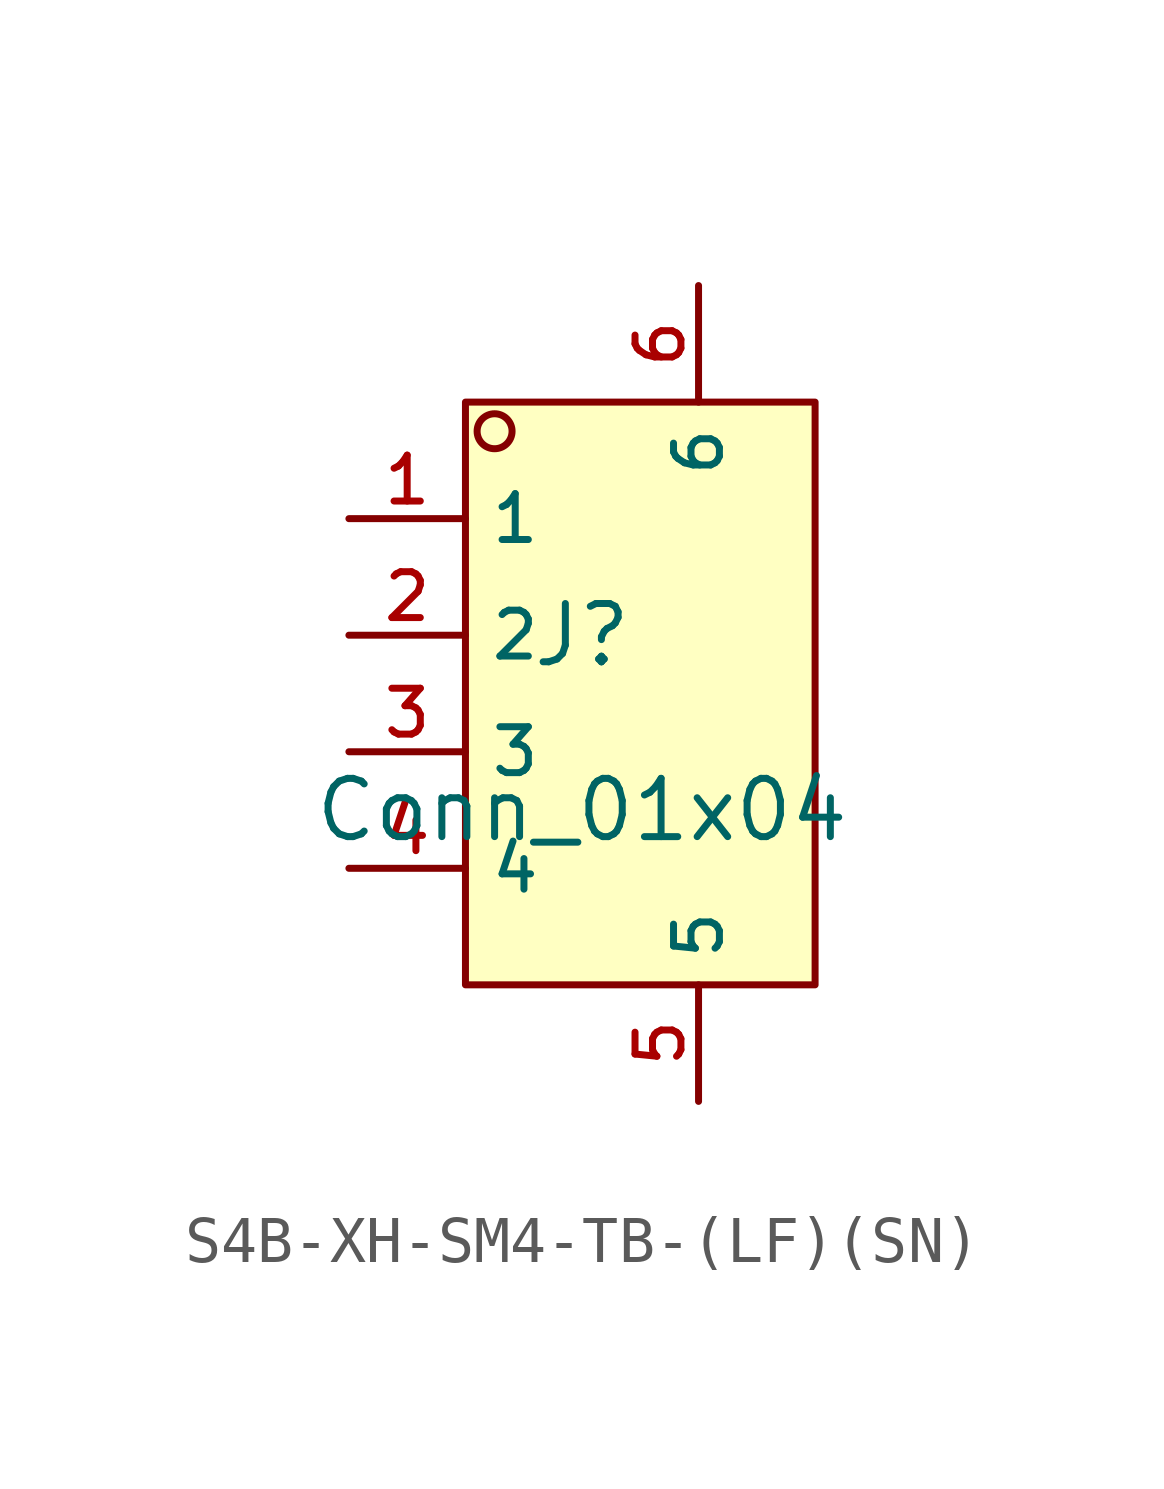
<source format=kicad_sym>
(kicad_symbol_lib
  (version 20231120)
  (generator "kicad_symbol_editor")
  (generator_version "8.0")
  (symbol "S4B-XH-SM4-TB-(LF)(SN)"
    (property "Reference" "J"
      (at 0 1.27 0)
      (effects (font (size 1.27 1.27))))
    (property "Value" "Conn_01x04"
      (at 0 -2.54 0)
      (effects (font (size 1.27 1.27))))
    (symbol "S4B-XH-SM4-TB-(LF)(SN)_0_1"
      (rectangle (start -2.54 6.35) (end 5.08 -6.35) (stroke (width 0) (type default)) (fill (type background)))
      (circle (center -1.905 5.715) (radius 0.381) (stroke (width 0) (type default)) (fill (type background)))
      (pin unspecified line (at -5.08 3.81 0) (length 2.54) (name "1" (effects (font (size 1 1)))) (number "1" (effects (font (size 1 1)))))
      (pin unspecified line (at -5.08 1.27 0) (length 2.54) (name "2" (effects (font (size 1 1)))) (number "2" (effects (font (size 1 1)))))
      (pin unspecified line (at -5.08 -1.27 0) (length 2.54) (name "3" (effects (font (size 1 1)))) (number "3" (effects (font (size 1 1)))))
      (pin unspecified line (at -5.08 -3.81 0) (length 2.54) (name "4" (effects (font (size 1 1)))) (number "4" (effects (font (size 1 1)))))
      (pin unspecified line (at 2.54 -8.89 90) (length 2.54) (name "5" (effects (font (size 1 1)))) (number "5" (effects (font (size 1 1)))))
      (pin unspecified line (at 2.54 8.89 270) (length 2.54) (name "6" (effects (font (size 1 1)))) (number "6" (effects (font (size 1 1))))))))
</source>
